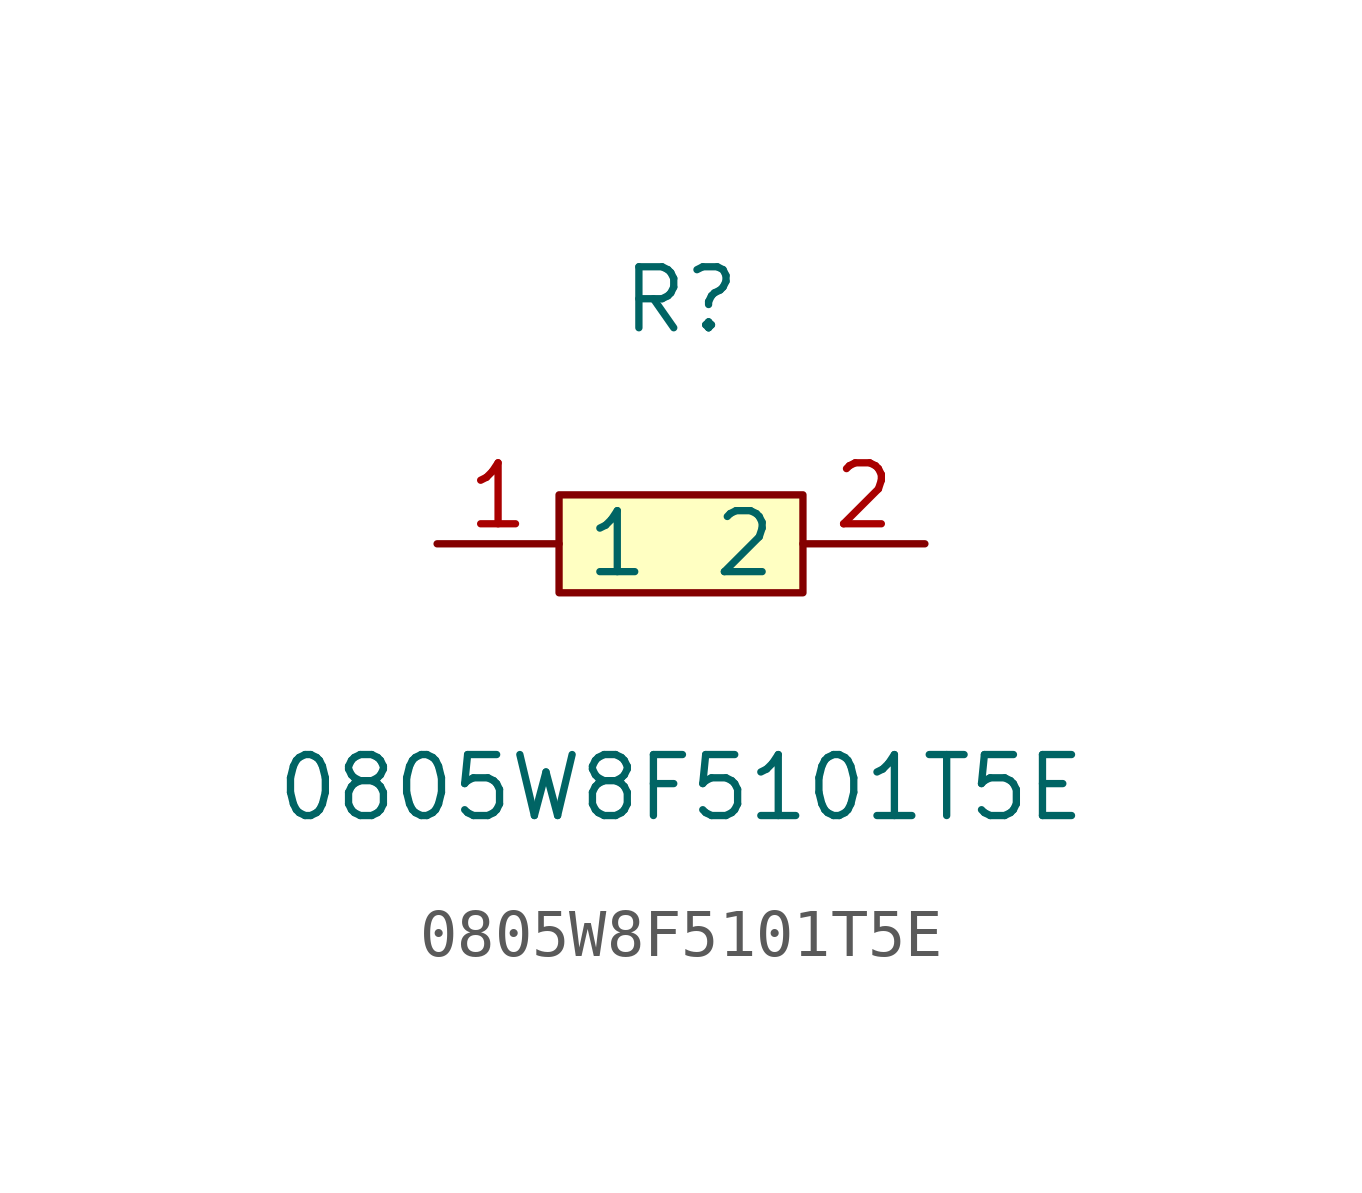
<source format=kicad_sym>
(kicad_symbol_lib
  (version 20211014)
  (generator https://github.com/uPesy/easyeda2kicad.py)
  (symbol "0805W8F5101T5E"
    (property "Reference" "R"
      (at 0 5.08 0)
      (effects (font (size 1.27 1.27))))
    (property "Value" "0805W8F5101T5E"
      (at 0 -5.08 0)
      (effects (font (size 1.27 1.27))))
    (symbol "0805W8F5101T5E_0_1"
      (rectangle (start -2.54 1.02) (end 2.54 -1.02) (stroke (width 0) (type default) (color 0 0 0 0)) (fill (type background)))
      (pin input line (at 5.08 -0.00 180) (length 2.54) (name "2" (effects (font (size 1.27 1.27)))) (number "2" (effects (font (size 1.27 1.27)))))
      (pin input line (at -5.08 -0.00 0) (length 2.54) (name "1" (effects (font (size 1.27 1.27)))) (number "1" (effects (font (size 1.27 1.27))))))))
</source>
